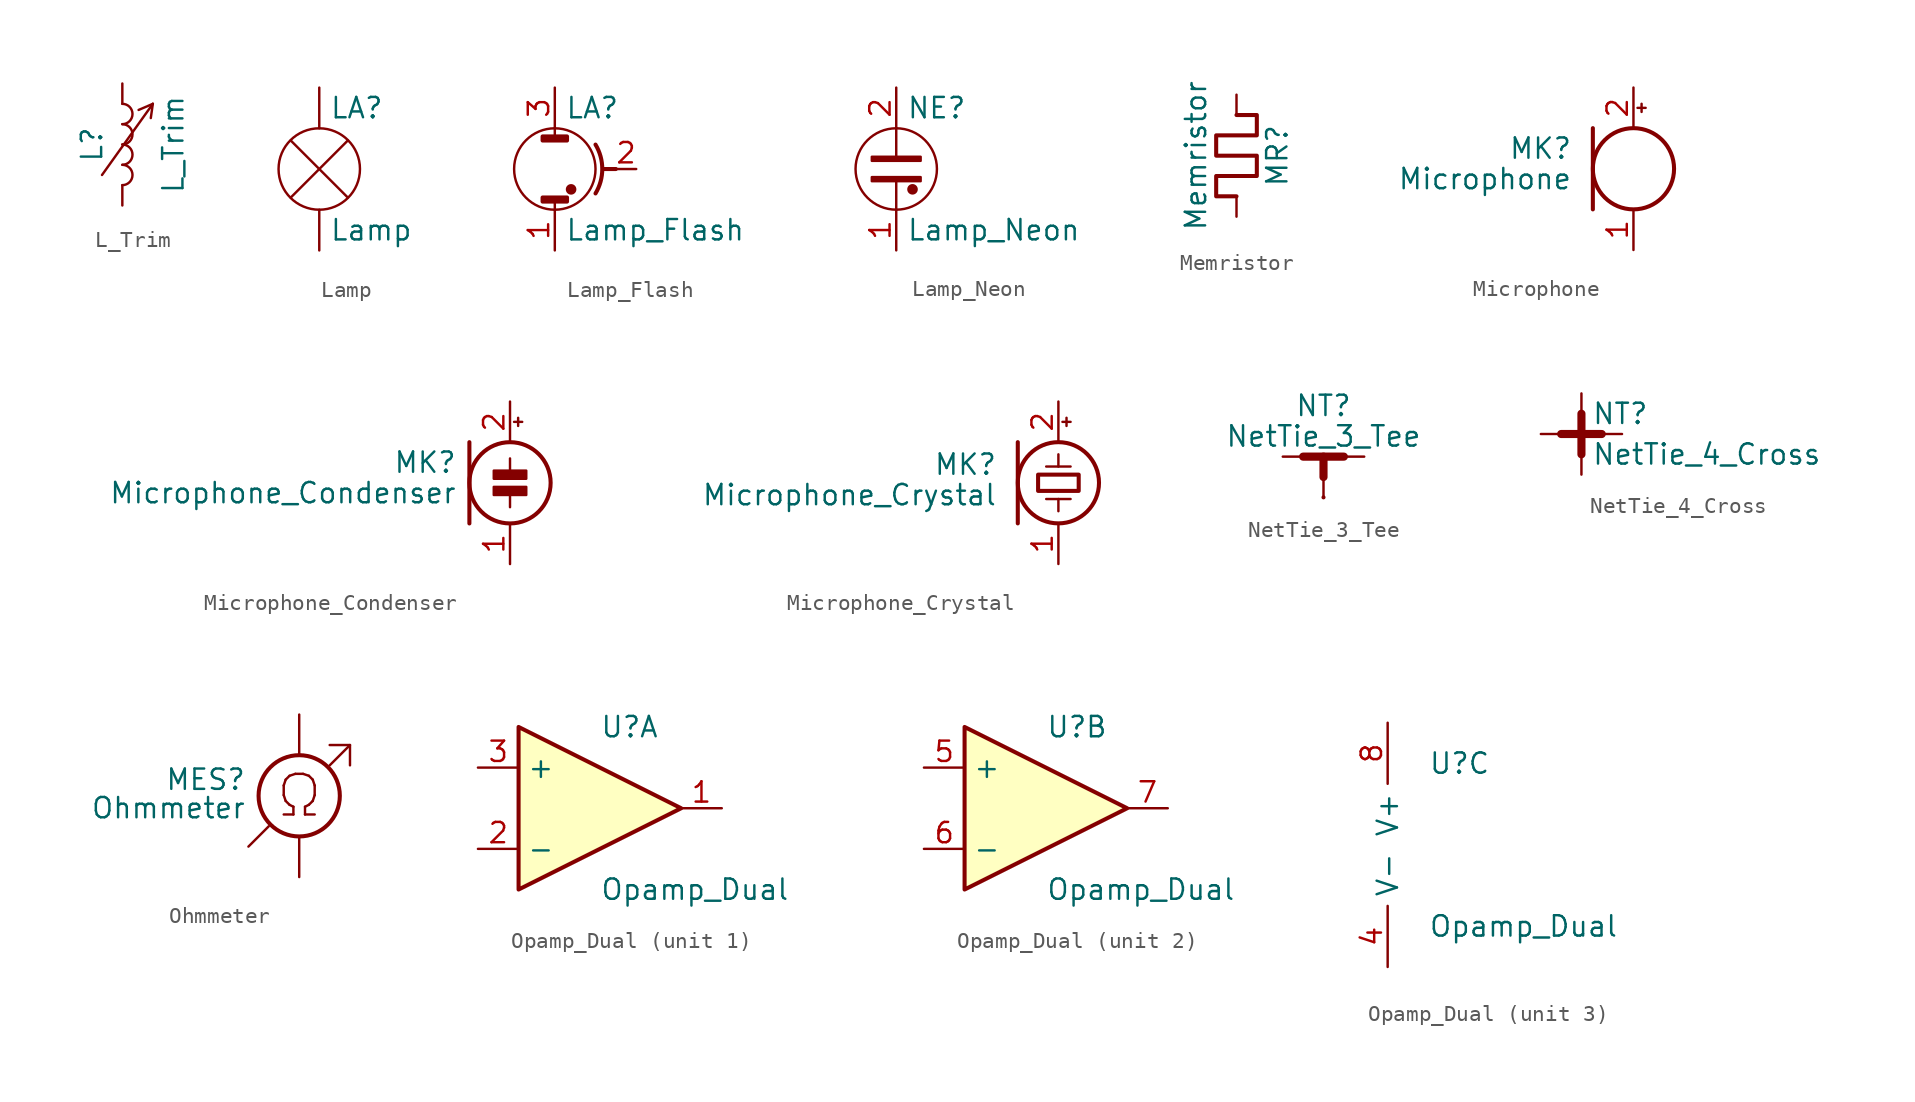
<source format=kicad_sym>
(kicad_symbol_lib
  (version 20241209)
  (generator "kicad_symbol_editor")
  (generator_version "9.0")
  (symbol "L_Trim"
    (pin_numbers
      (hide yes))
    (pin_names
      (offset 1.016)
      (hide yes))
    (property "Reference" "L"
      (at -1.905 0 90)
      (effects (font (size 1.27 1.27))))
    (property "Value" "L_Trim"
      (at 3.175 0 90)
      (effects (font (size 1.27 1.27))))
    (symbol "L_Trim_0_1"
      (polyline (pts (xy -1.27 -1.905) (xy 1.905 2.54)) (stroke (width 0) (type default)) (fill (type none)))
      (arc (start 0 2.54) (mid 0.6323 1.905) (end 0 1.27) (stroke (width 0) (type default)) (fill (type none)))
      (arc (start 0 1.27) (mid 0.6323 0.635) (end 0 0) (stroke (width 0) (type default)) (fill (type none)))
      (arc (start 0 0) (mid 0.6323 -0.635) (end 0 -1.27) (stroke (width 0) (type default)) (fill (type none)))
      (arc (start 0 -1.27) (mid 0.6323 -1.905) (end 0 -2.54) (stroke (width 0) (type default)) (fill (type none)))
      (polyline (pts (xy 1.905 2.54) (xy 1.016 2.159)) (stroke (width 0) (type default)) (fill (type none)))
      (polyline (pts (xy 1.905 2.54) (xy 1.778 1.651)) (stroke (width 0) (type default)) (fill (type none))))
    (symbol "L_Trim_1_1"
      (pin passive line (at 0 3.81 270) (length 1.27) (name "1" (effects (font (size 1.27 1.27)))) (number "1" (effects (font (size 1.27 1.27)))))
      (pin passive line (at 0 -3.81 90) (length 1.27) (name "2" (effects (font (size 1.27 1.27)))) (number "2" (effects (font (size 1.27 1.27)))))))
  (symbol "Lamp"
    (pin_numbers
      (hide yes))
    (pin_names
      (offset 0.025)
      (hide yes))
    (property "Reference" "LA"
      (at 0.635 3.81 0)
      (effects (font (size 1.27 1.27)) (justify left)))
    (property "Value" "Lamp"
      (at 0.635 -3.81 0)
      (effects (font (size 1.27 1.27)) (justify left)))
    (symbol "Lamp_0_1"
      (polyline (pts (xy -1.778 1.778) (xy 1.778 -1.778)) (stroke (width 0) (type default)) (fill (type none)))
      (circle (center 0 0) (radius 2.54) (stroke (width 0) (type default)) (fill (type none)))
      (polyline (pts (xy 1.778 1.778) (xy -1.778 -1.778)) (stroke (width 0) (type default)) (fill (type none))))
    (symbol "Lamp_1_1"
      (pin passive line (at 0 5.08 270) (length 2.54) (name "+" (effects (font (size 1.27 1.27)))) (number "2" (effects (font (size 1.27 1.27)))))
      (pin passive line (at 0 -5.08 90) (length 2.54) (name "-" (effects (font (size 1.27 1.27)))) (number "1" (effects (font (size 1.27 1.27)))))))
  (symbol "Lamp_Flash"
    (pin_names
      (offset 0.025)
      (hide yes))
    (property "Reference" "LA"
      (at 0.635 3.81 0)
      (effects (font (size 1.27 1.27)) (justify left)))
    (property "Value" "Lamp_Flash"
      (at 0.635 -3.81 0)
      (effects (font (size 1.27 1.27)) (justify left)))
    (symbol "Lamp_Flash_0_0"
      (rectangle (start -0.762 2.032) (end 0.762 1.778) (stroke (width 0.254) (type default)) (fill (type outline)))
      (rectangle (start -0.762 -1.778) (end 0.762 -2.032) (stroke (width 0.254) (type default)) (fill (type outline)))
      (arc (start 2.54 1.524) (mid 2.9621 0) (end 2.54 -1.524) (stroke (width 0.254) (type default)) (fill (type none)))
      (polyline (pts (xy 3.048 0) (xy 3.81 0)) (stroke (width 0.254) (type default)) (fill (type none))))
    (symbol "Lamp_Flash_0_1"
      (polyline (pts (xy 0 2.54) (xy 0 2.032)) (stroke (width 0) (type default)) (fill (type none)))
      (circle (center 0 0) (radius 2.54) (stroke (width 0) (type default)) (fill (type none)))
      (polyline (pts (xy 0 -2.54) (xy 0 -2.032)) (stroke (width 0) (type default)) (fill (type none)))
      (circle (center 1.016 -1.27) (radius 0.254) (stroke (width 0) (type default)) (fill (type outline))))
    (symbol "Lamp_Flash_1_1"
      (pin passive line (at 0 5.08 270) (length 2.54) (name "~" (effects (font (size 1.27 1.27)))) (number "3" (effects (font (size 1.27 1.27)))))
      (pin passive line (at 0 -5.08 90) (length 2.54) (name "~" (effects (font (size 1.27 1.27)))) (number "1" (effects (font (size 1.27 1.27)))))
      (pin passive line (at 5.08 0 180) (length 1.27) (name "~" (effects (font (size 1.27 1.27)))) (number "2" (effects (font (size 1.27 1.27)))))))
  (symbol "Lamp_Neon"
    (pin_names
      (offset 0.025)
      (hide yes))
    (property "Reference" "NE"
      (at 0.635 3.81 0)
      (effects (font (size 1.27 1.27)) (justify left)))
    (property "Value" "Lamp_Neon"
      (at 0.635 -3.81 0)
      (effects (font (size 1.27 1.27)) (justify left)))
    (symbol "Lamp_Neon_0_1"
      (rectangle (start -1.524 0.762) (end 1.524 0.508) (stroke (width 0) (type default)) (fill (type outline)))
      (rectangle (start -1.524 -0.508) (end 1.524 -0.762) (stroke (width 0) (type default)) (fill (type outline)))
      (polyline (pts (xy 0 0.762) (xy 0 2.54)) (stroke (width 0) (type default)) (fill (type none)))
      (circle (center 0 0) (radius 2.54) (stroke (width 0) (type default)) (fill (type none)))
      (polyline (pts (xy 0 -2.54) (xy 0 -0.762)) (stroke (width 0) (type default)) (fill (type none)))
      (circle (center 1.016 -1.27) (radius 0.254) (stroke (width 0) (type default)) (fill (type outline))))
    (symbol "Lamp_Neon_1_1"
      (pin passive line (at 0 5.08 270) (length 2.54) (name "~" (effects (font (size 1.27 1.27)))) (number "2" (effects (font (size 1.27 1.27)))))
      (pin passive line (at 0 -5.08 90) (length 2.54) (name "~" (effects (font (size 1.27 1.27)))) (number "1" (effects (font (size 1.27 1.27)))))))
  (symbol "Memristor"
    (pin_numbers
      (hide yes))
    (pin_names
      (offset 0))
    (property "Reference" "MR"
      (at 2.54 0 90)
      (effects (font (size 1.27 1.27))))
    (property "Value" "Memristor"
      (at -2.54 0 90)
      (effects (font (size 1.27 1.27))))
    (symbol "Memristor_0_0"
      (polyline (pts (xy 0 2.54) (xy 1.27 2.54) (xy 1.27 1.27) (xy -1.27 1.27) (xy -1.27 0) (xy 1.27 0) (xy 1.27 -1.27) (xy -1.27 -1.27) (xy -1.27 -2.54) (xy 0 -2.54)) (stroke (width 0.254) (type default)) (fill (type none))))
    (symbol "Memristor_1_1"
      (pin passive line (at 0 3.81 270) (length 1.27) (name "~" (effects (font (size 1.27 1.27)))) (number "1" (effects (font (size 1.27 1.27)))))
      (pin passive line (at 0 -3.81 90) (length 1.27) (name "~" (effects (font (size 1.27 1.27)))) (number "2" (effects (font (size 1.27 1.27)))))))
  (symbol "Microphone"
    (pin_names
      (offset 0.025)
      (hide yes))
    (property "Reference" "MK"
      (at -3.81 1.27 0)
      (effects (font (size 1.27 1.27)) (justify right)))
    (property "Value" "Microphone"
      (at -3.81 -0.635 0)
      (effects (font (size 1.27 1.27)) (justify right)))
    (symbol "Microphone_0_1"
      (polyline (pts (xy -2.54 2.54) (xy -2.54 -2.54)) (stroke (width 0.254) (type default)) (fill (type none)))
      (circle (center 0 0) (radius 2.54) (stroke (width 0.254) (type default)) (fill (type none)))
      (polyline (pts (xy 0.254 3.81) (xy 0.762 3.81)) (stroke (width 0) (type default)) (fill (type none)))
      (polyline (pts (xy 0.508 4.064) (xy 0.508 3.556)) (stroke (width 0) (type default)) (fill (type none))))
    (symbol "Microphone_1_1"
      (pin passive line (at 0 5.08 270) (length 2.54) (name "+" (effects (font (size 1.27 1.27)))) (number "2" (effects (font (size 1.27 1.27)))))
      (pin passive line (at 0 -5.08 90) (length 2.54) (name "-" (effects (font (size 1.27 1.27)))) (number "1" (effects (font (size 1.27 1.27)))))))
  (symbol "Microphone_Condenser"
    (pin_names
      (offset 0.025)
      (hide yes))
    (property "Reference" "MK"
      (at -3.302 1.27 0)
      (effects (font (size 1.27 1.27)) (justify right)))
    (property "Value" "Microphone_Condenser"
      (at -3.302 -0.635 0)
      (effects (font (size 1.27 1.27)) (justify right)))
    (symbol "Microphone_Condenser_0_1"
      (polyline (pts (xy -2.54 2.54) (xy -2.54 -2.54)) (stroke (width 0.254) (type default)) (fill (type none)))
      (polyline (pts (xy 0 0.762) (xy 0 1.524)) (stroke (width 0) (type default)) (fill (type none)))
      (circle (center 0 0) (radius 2.54) (stroke (width 0.254) (type default)) (fill (type none)))
      (polyline (pts (xy 0 -0.762) (xy 0 -1.524)) (stroke (width 0) (type default)) (fill (type none)))
      (polyline (pts (xy 0.254 3.81) (xy 0.762 3.81)) (stroke (width 0) (type default)) (fill (type none)))
      (polyline (pts (xy 0.508 4.064) (xy 0.508 3.556)) (stroke (width 0) (type default)) (fill (type none)))
      (rectangle (start 1.016 0.762) (end -1.016 0.254) (stroke (width 0) (type default)) (fill (type outline)))
      (rectangle (start 1.016 -0.254) (end -1.016 -0.762) (stroke (width 0) (type default)) (fill (type outline))))
    (symbol "Microphone_Condenser_1_1"
      (pin passive line (at 0 5.08 270) (length 2.54) (name "+" (effects (font (size 1.27 1.27)))) (number "2" (effects (font (size 1.27 1.27)))))
      (pin passive line (at 0 -5.08 90) (length 2.54) (name "-" (effects (font (size 1.27 1.27)))) (number "1" (effects (font (size 1.27 1.27)))))))
  (symbol "Microphone_Crystal"
    (pin_names
      (offset 0.025)
      (hide yes))
    (property "Reference" "MK"
      (at -3.81 1.143 0)
      (effects (font (size 1.27 1.27)) (justify right)))
    (property "Value" "Microphone_Crystal"
      (at -3.81 -0.762 0)
      (effects (font (size 1.27 1.27)) (justify right)))
    (symbol "Microphone_Crystal_0_1"
      (polyline (pts (xy -2.54 2.54) (xy -2.54 -2.54)) (stroke (width 0.254) (type default)) (fill (type none)))
      (rectangle (start -1.27 0.508) (end 1.27 -0.508) (stroke (width 0.254) (type default)) (fill (type none)))
      (polyline (pts (xy -0.762 1.016) (xy 0.762 1.016)) (stroke (width 0) (type default)) (fill (type none)))
      (polyline (pts (xy -0.762 -1.016) (xy 0.762 -1.016)) (stroke (width 0) (type default)) (fill (type none)))
      (polyline (pts (xy 0 1.016) (xy 0 1.778)) (stroke (width 0) (type default)) (fill (type none)))
      (circle (center 0 0) (radius 2.54) (stroke (width 0.254) (type default)) (fill (type none)))
      (polyline (pts (xy 0 -1.016) (xy 0 -1.778)) (stroke (width 0) (type default)) (fill (type none)))
      (polyline (pts (xy 0.254 3.81) (xy 0.762 3.81)) (stroke (width 0) (type default)) (fill (type none)))
      (polyline (pts (xy 0.508 4.064) (xy 0.508 3.556)) (stroke (width 0) (type default)) (fill (type none))))
    (symbol "Microphone_Crystal_1_1"
      (pin passive line (at 0 5.08 270) (length 2.54) (name "+" (effects (font (size 1.27 1.27)))) (number "2" (effects (font (size 1.27 1.27)))))
      (pin passive line (at 0 -5.08 90) (length 2.54) (name "-" (effects (font (size 1.27 1.27)))) (number "1" (effects (font (size 1.27 1.27)))))))
  (symbol "NetTie_3_Tee"
    (pin_numbers
      (hide yes))
    (pin_names
      (offset 0)
      (hide yes))
    (property "Reference" "NT"
      (at 0 3.175 0)
      (effects (font (size 1.27 1.27))))
    (property "Value" "NetTie_3_Tee"
      (at 0 1.27 0)
      (effects (font (size 1.27 1.27))))
    (symbol "NetTie_3_Tee_0_1"
      (polyline (pts (xy -1.27 0) (xy 1.27 0)) (stroke (width 0.254) (type default)) (fill (type none)))
      (polyline (pts (xy -1.27 0) (xy 1.27 0)) (stroke (width 0.508) (type default)) (fill (type none)))
      (polyline (pts (xy 0 -1.27) (xy 0 0)) (stroke (width 0.508) (type default)) (fill (type none)))
      (polyline (pts (xy 0 -2.54) (xy 0 -2.54)) (stroke (width 0.254) (type default)) (fill (type none))))
    (symbol "NetTie_3_Tee_1_1"
      (pin passive line (at -2.54 0 0) (length 2.54) (name "1" (effects (font (size 1.27 1.27)))) (number "1" (effects (font (size 1.27 1.27)))))
      (pin passive line (at 0 -2.54 90) (length 2.54) (name "3" (effects (font (size 1.27 1.27)))) (number "3" (effects (font (size 1.27 1.27)))))
      (pin passive line (at 2.54 0 180) (length 2.54) (name "2" (effects (font (size 1.27 1.27)))) (number "2" (effects (font (size 1.27 1.27)))))))
  (symbol "NetTie_4_Cross"
    (pin_numbers
      (hide yes))
    (pin_names
      (offset 0)
      (hide yes))
    (property "Reference" "NT"
      (at 0.635 1.27 0)
      (effects (font (size 1.27 1.27)) (justify left)))
    (property "Value" "NetTie_4_Cross"
      (at 0.635 -1.27 0)
      (effects (font (size 1.27 1.27)) (justify left)))
    (symbol "NetTie_4_Cross_0_1"
      (polyline (pts (xy -1.27 0) (xy 1.27 0)) (stroke (width 0.508) (type default)) (fill (type none)))
      (polyline (pts (xy 0 -1.27) (xy 0 1.27)) (stroke (width 0.508) (type default)) (fill (type none))))
    (symbol "NetTie_4_Cross_1_1"
      (pin passive line (at -2.54 0 0) (length 2.54) (name "1" (effects (font (size 1.27 1.27)))) (number "1" (effects (font (size 1.27 1.27)))))
      (pin passive line (at 0 2.54 270) (length 2.54) (name "3" (effects (font (size 1.27 1.27)))) (number "3" (effects (font (size 1.27 1.27)))))
      (pin passive line (at 0 -2.54 90) (length 2.54) (name "4" (effects (font (size 1.27 1.27)))) (number "4" (effects (font (size 1.27 1.27)))))
      (pin passive line (at 2.54 0 180) (length 2.54) (name "2" (effects (font (size 1.27 1.27)))) (number "2" (effects (font (size 1.27 1.27)))))))
  (symbol "Ohmmeter"
    (pin_numbers
      (hide yes))
    (pin_names
      (offset 0.025)
      (hide yes))
    (property "Reference" "MES"
      (at -3.302 1.016 0)
      (effects (font (size 1.27 1.27)) (justify right)))
    (property "Value" "Ohmmeter"
      (at -3.302 -0.762 0)
      (effects (font (size 1.27 1.27)) (justify right)))
    (symbol "Ohmmeter_0_0"
      (polyline (pts (xy -3.175 -3.175) (xy -1.905 -1.905)) (stroke (width 0) (type default)) (fill (type none)))
      (polyline (pts (xy 1.905 3.175) (xy 3.175 3.175) (xy 3.175 1.905)) (stroke (width 0) (type default)) (fill (type none)))
      (polyline (pts (xy 1.905 1.905) (xy 3.175 3.175)) (stroke (width 0) (type default)) (fill (type none)))
      (text "Ω" (at 0 0 0) (effects (font (size 2.54 2.54)))))
    (symbol "Ohmmeter_0_1"
      (circle (center 0 0) (radius 2.54) (stroke (width 0.254) (type default)) (fill (type none))))
    (symbol "Ohmmeter_1_1"
      (pin passive line (at 0 5.08 270) (length 2.54) (name "+" (effects (font (size 1.27 1.27)))) (number "2" (effects (font (size 1.27 1.27)))))
      (pin passive line (at 0 -5.08 90) (length 2.54) (name "-" (effects (font (size 1.27 1.27)))) (number "1" (effects (font (size 1.27 1.27)))))))
  (symbol "Opamp_Dual"
    (property "Reference" "U"
      (at 0 5.08 0)
      (effects (font (size 1.27 1.27)) (justify left)))
    (property "Value" "Opamp_Dual"
      (at 0 -5.08 0)
      (effects (font (size 1.27 1.27)) (justify left)))
    (property "ki_locked" ""
      (at 0 0 0)
      (effects (font (size 1.27 1.27))))
    (symbol "Opamp_Dual_1_1"
      (polyline (pts (xy -5.08 5.08) (xy 5.08 0) (xy -5.08 -5.08) (xy -5.08 5.08)) (stroke (width 0.254) (type default)) (fill (type background)))
      (pin input line (at -7.62 2.54 0) (length 2.54) (name "+" (effects (font (size 1.27 1.27)))) (number "3" (effects (font (size 1.27 1.27)))))
      (pin input line (at -7.62 -2.54 0) (length 2.54) (name "-" (effects (font (size 1.27 1.27)))) (number "2" (effects (font (size 1.27 1.27)))))
      (pin output line (at 7.62 0 180) (length 2.54) (name "~" (effects (font (size 1.27 1.27)))) (number "1" (effects (font (size 1.27 1.27))))))
    (symbol "Opamp_Dual_2_1"
      (polyline (pts (xy -5.08 5.08) (xy 5.08 0) (xy -5.08 -5.08) (xy -5.08 5.08)) (stroke (width 0.254) (type default)) (fill (type background)))
      (pin input line (at -7.62 2.54 0) (length 2.54) (name "+" (effects (font (size 1.27 1.27)))) (number "5" (effects (font (size 1.27 1.27)))))
      (pin input line (at -7.62 -2.54 0) (length 2.54) (name "-" (effects (font (size 1.27 1.27)))) (number "6" (effects (font (size 1.27 1.27)))))
      (pin output line (at 7.62 0 180) (length 2.54) (name "~" (effects (font (size 1.27 1.27)))) (number "7" (effects (font (size 1.27 1.27))))))
    (symbol "Opamp_Dual_3_1"
      (pin power_in line (at -2.54 7.62 270) (length 3.81) (name "V+" (effects (font (size 1.27 1.27)))) (number "8" (effects (font (size 1.27 1.27)))))
      (pin power_in line (at -2.54 -7.62 90) (length 3.81) (name "V-" (effects (font (size 1.27 1.27)))) (number "4" (effects (font (size 1.27 1.27))))))))
</source>
